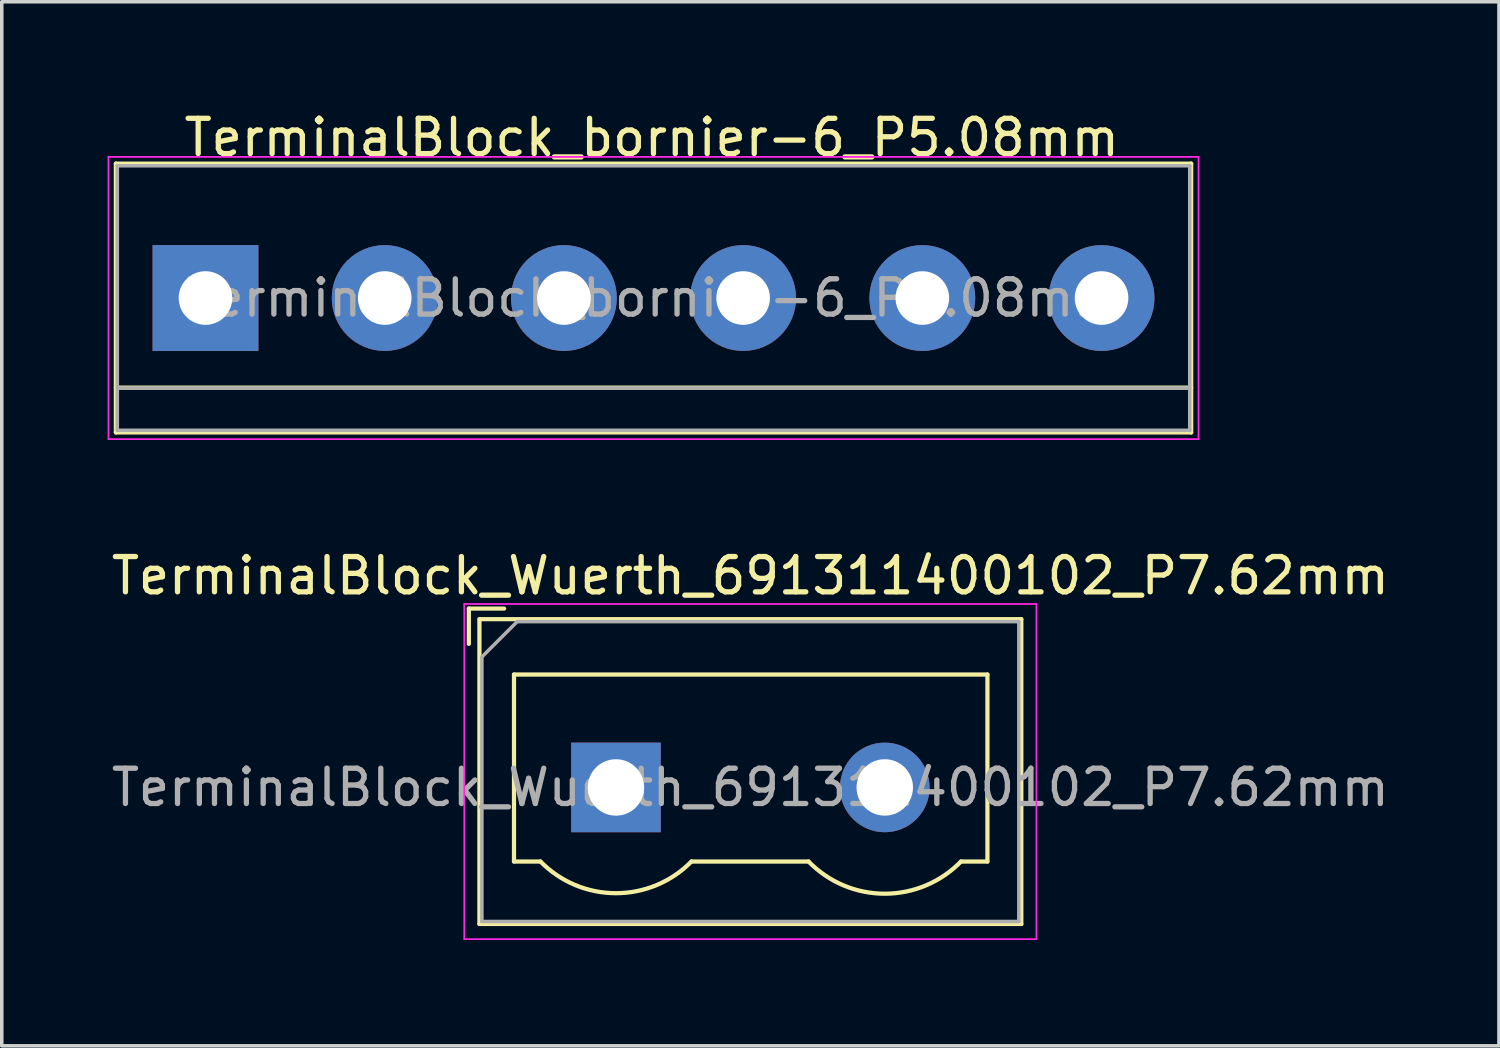
<source format=kicad_pcb>
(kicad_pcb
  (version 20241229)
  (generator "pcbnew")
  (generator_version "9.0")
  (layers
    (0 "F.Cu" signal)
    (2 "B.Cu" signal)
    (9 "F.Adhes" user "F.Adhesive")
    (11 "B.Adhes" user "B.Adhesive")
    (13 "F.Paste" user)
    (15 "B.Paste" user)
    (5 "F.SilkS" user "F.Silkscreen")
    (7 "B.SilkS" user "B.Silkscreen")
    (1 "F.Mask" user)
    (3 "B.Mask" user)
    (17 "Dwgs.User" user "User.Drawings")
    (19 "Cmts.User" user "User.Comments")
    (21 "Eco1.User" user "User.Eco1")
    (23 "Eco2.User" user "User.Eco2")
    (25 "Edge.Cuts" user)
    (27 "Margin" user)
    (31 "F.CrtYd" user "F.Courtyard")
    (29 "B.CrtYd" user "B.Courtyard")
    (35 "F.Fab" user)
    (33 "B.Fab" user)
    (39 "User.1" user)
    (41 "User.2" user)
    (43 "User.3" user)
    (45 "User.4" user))
  (footprint "TerminalBlock_bornier-6_P5.08mm"
    (layer "F.Cu")
    (at 2.775 5.398)
    (property "Reference" "TerminalBlock_bornier-6_P5.08mm" (at 12.65 -4.55 0) (layer "F.SilkS") (effects (font (size 1 1) (thickness 0.15))))
    (attr through_hole)
    (fp_line (start -2.54 -3.81) (end -2.54 3.81) (stroke (width 0.12) (type solid)) (layer "F.SilkS"))
    (fp_line (start -2.54 -3.81) (end 27.94 -3.81) (stroke (width 0.12) (type solid)) (layer "F.SilkS"))
    (fp_line (start -2.54 2.54) (end 27.94 2.54) (stroke (width 0.12) (type solid)) (layer "F.SilkS"))
    (fp_line (start -2.54 3.81) (end 27.94 3.81) (stroke (width 0.12) (type solid)) (layer "F.SilkS"))
    (fp_line (start 27.94 3.81) (end 27.94 -3.81) (stroke (width 0.12) (type solid)) (layer "F.SilkS"))
    (fp_line (start -2.75 -4) (end -2.75 4) (stroke (width 0.05) (type solid)) (layer "F.CrtYd"))
    (fp_line (start -2.75 -4) (end 28.15 -4) (stroke (width 0.05) (type solid)) (layer "F.CrtYd"))
    (fp_line (start 28.15 4) (end -2.75 4) (stroke (width 0.05) (type solid)) (layer "F.CrtYd"))
    (fp_line (start 28.15 4) (end 28.15 -4) (stroke (width 0.05) (type solid)) (layer "F.CrtYd"))
    (fp_line (start -2.5 -3.75) (end -2.5 3.75) (stroke (width 0.1) (type solid)) (layer "F.Fab"))
    (fp_line (start -2.5 2.55) (end 27.9 2.55) (stroke (width 0.1) (type solid)) (layer "F.Fab"))
    (fp_line (start -2.5 3.75) (end 27.9 3.75) (stroke (width 0.1) (type solid)) (layer "F.Fab"))
    (fp_line (start 27.9 -3.75) (end -2.5 -3.75) (stroke (width 0.1) (type solid)) (layer "F.Fab"))
    (fp_line (start 27.9 3.75) (end 27.9 -3.75) (stroke (width 0.1) (type solid)) (layer "F.Fab"))
    (fp_text user "${REFERENCE}" (at 12.7 0 0) (layer "F.Fab") (effects (font (size 1 1) (thickness 0.15))))
    (pad "1" thru_hole rect (at 0 0) (size 3 3) (drill 1.52) (layers "*.Cu" "*.Mask"))
    (pad "2" thru_hole circle (at 5.08 0) (size 3 3) (drill 1.52) (layers "*.Cu" "*.Mask"))
    (pad "3" thru_hole circle (at 10.16 0) (size 3 3) (drill 1.52) (layers "*.Cu" "*.Mask"))
    (pad "4" thru_hole circle (at 15.24 0) (size 3 3) (drill 1.52) (layers "*.Cu" "*.Mask"))
    (pad "5" thru_hole circle (at 20.32 0) (size 3 3) (drill 1.52) (layers "*.Cu" "*.Mask"))
    (pad "6" thru_hole circle (at 25.4 0) (size 3 3) (drill 1.52) (layers "*.Cu" "*.Mask")))
  (footprint "TerminalBlock_Wuerth_691311400102_P7.62mm"
    (layer "F.Cu")
    (at 14.41 19.271)
    (property "Reference" "TerminalBlock_Wuerth_691311400102_P7.62mm" (at 3.81 -6 0) (layer "F.SilkS") (effects (font (size 1 1) (thickness 0.15))))
    (attr through_hole)
    (fp_line (start -4.17 -5.07) (end -4.17 -4.07) (stroke (width 0.12) (type solid)) (layer "F.SilkS"))
    (fp_line (start -4.17 -5.07) (end -3.17 -5.07) (stroke (width 0.12) (type solid)) (layer "F.SilkS"))
    (fp_line (start -3.87 3.87) (end -3.87 -4.77) (stroke (width 0.12) (type solid)) (layer "F.SilkS"))
    (fp_line (start -3.86 -4.77) (end 11.49 -4.77) (stroke (width 0.12) (type solid)) (layer "F.SilkS"))
    (fp_line (start -2.89 -3.2) (end -2.89 2.1) (stroke (width 0.12) (type solid)) (layer "F.SilkS"))
    (fp_line (start -2.89 2.1) (end -2.14 2.1) (stroke (width 0.12) (type solid)) (layer "F.SilkS"))
    (fp_line (start 2.14 2.1) (end 5.46 2.1) (stroke (width 0.12) (type solid)) (layer "F.SilkS"))
    (fp_line (start 9.78 2.1) (end 10.53 2.1) (stroke (width 0.12) (type solid)) (layer "F.SilkS"))
    (fp_line (start 10.53 -3.2) (end -2.89 -3.2) (stroke (width 0.12) (type solid)) (layer "F.SilkS"))
    (fp_line (start 10.53 2.1) (end 10.53 -3.2) (stroke (width 0.12) (type solid)) (layer "F.SilkS"))
    (fp_line (start 11.49 -4.77) (end 11.49 3.87) (stroke (width 0.12) (type solid)) (layer "F.SilkS"))
    (fp_line (start 11.49 3.87) (end -3.87 3.87) (stroke (width 0.12) (type solid)) (layer "F.SilkS"))
    (fp_arc (start 2.140696 2.099291) (mid 0.000497 2.998266) (end -2.14 2.1) (stroke (width 0.12) (type solid)) (layer "F.SilkS"))
    (fp_arc (start 9.779492 2.100522) (mid 7.619636 3.012573) (end 5.46 2.1) (stroke (width 0.12) (type solid)) (layer "F.SilkS"))
    (fp_line (start -4.3 -5.2) (end 11.92 -5.2) (stroke (width 0.05) (type solid)) (layer "F.CrtYd"))
    (fp_line (start -4.3 4.3) (end -4.3 -5.2) (stroke (width 0.05) (type solid)) (layer "F.CrtYd"))
    (fp_line (start 11.92 -5.2) (end 11.92 4.3) (stroke (width 0.05) (type solid)) (layer "F.CrtYd"))
    (fp_line (start 11.92 4.3) (end -4.3 4.3) (stroke (width 0.05) (type solid)) (layer "F.CrtYd"))
    (fp_line (start -3.8 -3.7) (end -2.8 -4.7) (stroke (width 0.1) (type solid)) (layer "F.Fab"))
    (fp_line (start -3.8 3.8) (end -3.8 -3.7) (stroke (width 0.1) (type solid)) (layer "F.Fab"))
    (fp_line (start -2.8 -4.7) (end 11.42 -4.7) (stroke (width 0.1) (type solid)) (layer "F.Fab"))
    (fp_line (start 11.42 -4.7) (end 11.42 3.8) (stroke (width 0.1) (type solid)) (layer "F.Fab"))
    (fp_line (start 11.42 3.8) (end -3.8 3.8) (stroke (width 0.1) (type solid)) (layer "F.Fab"))
    (fp_text user "${REFERENCE}" (at 3.81 0 0) (layer "F.Fab") (effects (font (size 1 1) (thickness 0.15))))
    (pad "1" thru_hole rect (at 0 0) (size 2.54 2.54) (drill 1.6) (layers "*.Cu" "*.Mask"))
    (pad "2" thru_hole circle (at 7.62 0) (size 2.54 2.54) (drill 1.6) (layers "*.Cu" "*.Mask")))
  (gr_rect
    (start -3 -3)
    (end 39.44 26.596)
    (stroke (width 0.1) (type default))
    (fill no)
    (layer "Edge.Cuts")))
</source>
